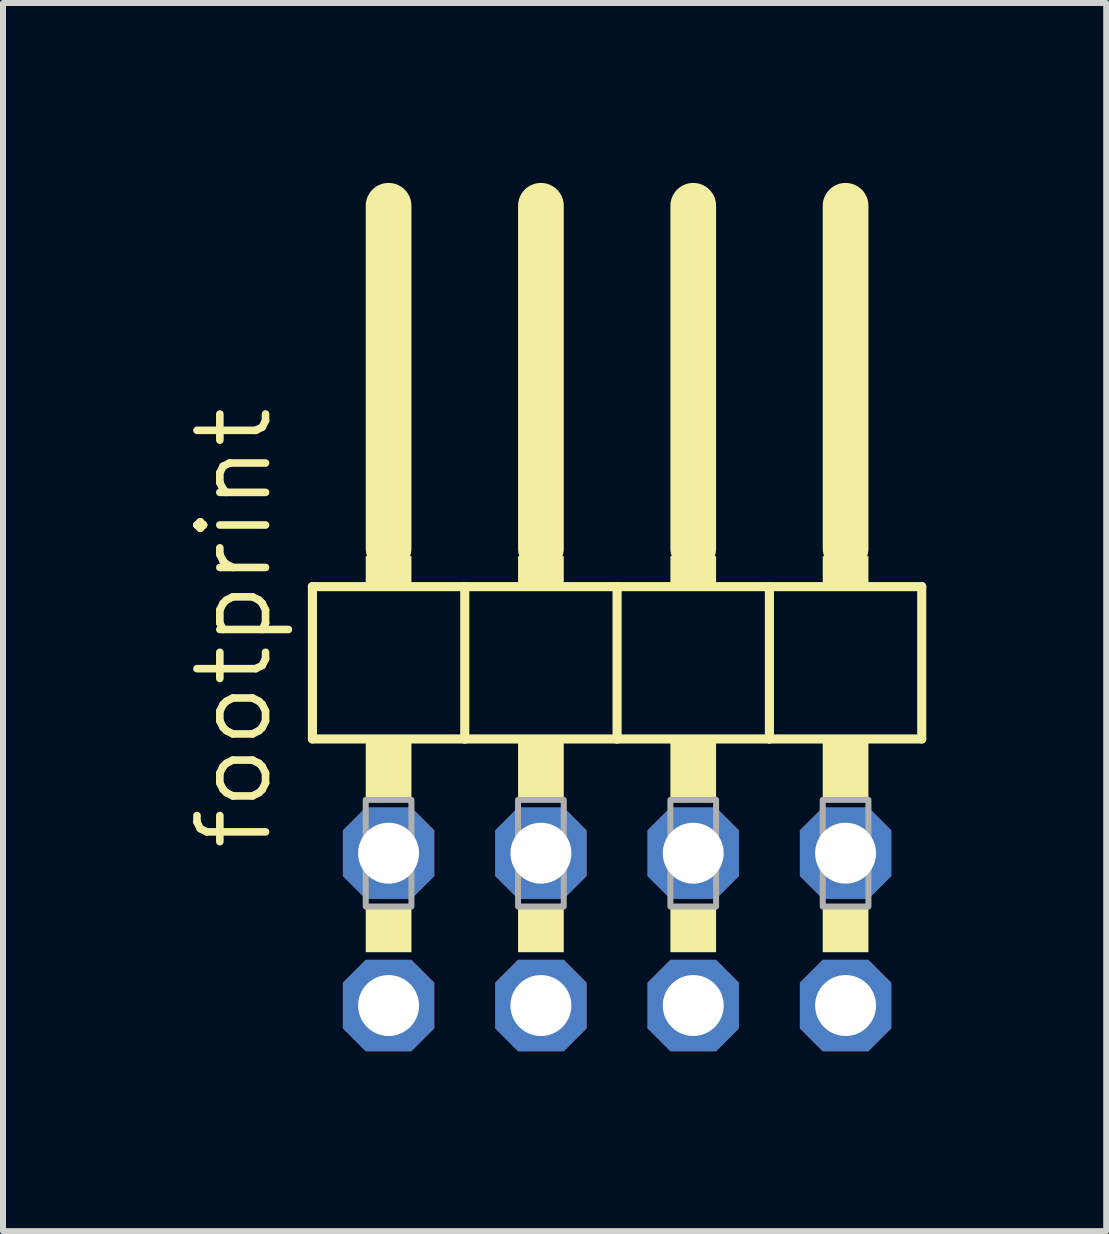
<source format=kicad_pcb>
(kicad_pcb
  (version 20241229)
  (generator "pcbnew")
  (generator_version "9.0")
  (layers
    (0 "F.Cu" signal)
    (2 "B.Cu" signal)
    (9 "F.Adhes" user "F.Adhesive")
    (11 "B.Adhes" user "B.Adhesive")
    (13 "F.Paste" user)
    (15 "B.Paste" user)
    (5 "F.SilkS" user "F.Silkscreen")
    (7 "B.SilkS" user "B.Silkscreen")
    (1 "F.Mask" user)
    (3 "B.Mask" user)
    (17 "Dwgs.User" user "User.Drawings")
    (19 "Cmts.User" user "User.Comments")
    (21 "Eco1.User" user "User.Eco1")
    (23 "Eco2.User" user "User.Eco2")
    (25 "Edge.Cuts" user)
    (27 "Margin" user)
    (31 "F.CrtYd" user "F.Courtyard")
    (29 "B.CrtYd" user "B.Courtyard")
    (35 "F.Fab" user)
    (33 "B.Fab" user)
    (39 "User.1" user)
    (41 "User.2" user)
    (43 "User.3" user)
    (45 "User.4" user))
  (footprint "footprint"
    (layer "F.Cu")
    (at 7.239 7.366)
    (property "Reference" "footprint" (at -5.715 3.81 90) (layer "F.SilkS") (effects (font (size 1.143 1.143) (thickness 0.127)) (justify left bottom)))
    (fp_line (start -5.08 -0.635) (end -5.08 1.905) (stroke (width 0.152) (type solid)) (layer "F.SilkS"))
    (fp_line (start -5.08 1.905) (end -2.54 1.905) (stroke (width 0.152) (type solid)) (layer "F.SilkS"))
    (fp_line (start -3.81 -6.985) (end -3.81 -1.27) (stroke (width 0.762) (type solid)) (layer "F.SilkS"))
    (fp_line (start -2.54 -0.635) (end -5.08 -0.635) (stroke (width 0.152) (type solid)) (layer "F.SilkS"))
    (fp_line (start -2.54 1.905) (end -2.54 -0.635) (stroke (width 0.152) (type solid)) (layer "F.SilkS"))
    (fp_line (start -2.54 1.905) (end 0 1.905) (stroke (width 0.152) (type solid)) (layer "F.SilkS"))
    (fp_line (start -1.27 -6.985) (end -1.27 -1.27) (stroke (width 0.762) (type solid)) (layer "F.SilkS"))
    (fp_line (start 0 -0.635) (end -2.54 -0.635) (stroke (width 0.152) (type solid)) (layer "F.SilkS"))
    (fp_line (start 0 1.905) (end 0 -0.635) (stroke (width 0.152) (type solid)) (layer "F.SilkS"))
    (fp_line (start 0 1.905) (end 2.54 1.905) (stroke (width 0.152) (type solid)) (layer "F.SilkS"))
    (fp_line (start 1.27 -6.985) (end 1.27 -1.27) (stroke (width 0.762) (type solid)) (layer "F.SilkS"))
    (fp_line (start 2.54 -0.635) (end 0 -0.635) (stroke (width 0.152) (type solid)) (layer "F.SilkS"))
    (fp_line (start 2.54 1.905) (end 2.54 -0.635) (stroke (width 0.152) (type solid)) (layer "F.SilkS"))
    (fp_line (start 2.54 1.905) (end 5.08 1.905) (stroke (width 0.152) (type solid)) (layer "F.SilkS"))
    (fp_line (start 3.81 -6.985) (end 3.81 -1.27) (stroke (width 0.762) (type solid)) (layer "F.SilkS"))
    (fp_line (start 5.08 -0.635) (end 2.54 -0.635) (stroke (width 0.152) (type solid)) (layer "F.SilkS"))
    (fp_line (start 5.08 1.905) (end 5.08 -0.635) (stroke (width 0.152) (type solid)) (layer "F.SilkS"))
    (fp_poly (pts (xy -4.191 -0.635) (xy -3.429 -0.635) (xy -3.429 -1.143) (xy -4.191 -1.143)) (stroke (width 0) (type solid)) (fill yes) (layer "F.SilkS"))
    (fp_poly (pts (xy -4.191 2.921) (xy -3.429 2.921) (xy -3.429 1.905) (xy -4.191 1.905)) (stroke (width 0) (type solid)) (fill yes) (layer "F.SilkS"))
    (fp_poly (pts (xy -4.191 5.461) (xy -3.429 5.461) (xy -3.429 4.699) (xy -4.191 4.699)) (stroke (width 0) (type solid)) (fill yes) (layer "F.SilkS"))
    (fp_poly (pts (xy -1.651 -0.635) (xy -0.889 -0.635) (xy -0.889 -1.143) (xy -1.651 -1.143)) (stroke (width 0) (type solid)) (fill yes) (layer "F.SilkS"))
    (fp_poly (pts (xy -1.651 2.921) (xy -0.889 2.921) (xy -0.889 1.905) (xy -1.651 1.905)) (stroke (width 0) (type solid)) (fill yes) (layer "F.SilkS"))
    (fp_poly (pts (xy -1.651 5.461) (xy -0.889 5.461) (xy -0.889 4.699) (xy -1.651 4.699)) (stroke (width 0) (type solid)) (fill yes) (layer "F.SilkS"))
    (fp_poly (pts (xy 0.889 -0.635) (xy 1.651 -0.635) (xy 1.651 -1.143) (xy 0.889 -1.143)) (stroke (width 0) (type solid)) (fill yes) (layer "F.SilkS"))
    (fp_poly (pts (xy 0.889 2.921) (xy 1.651 2.921) (xy 1.651 1.905) (xy 0.889 1.905)) (stroke (width 0) (type solid)) (fill yes) (layer "F.SilkS"))
    (fp_poly (pts (xy 0.889 5.461) (xy 1.651 5.461) (xy 1.651 4.699) (xy 0.889 4.699)) (stroke (width 0) (type solid)) (fill yes) (layer "F.SilkS"))
    (fp_poly (pts (xy 3.429 -0.635) (xy 4.191 -0.635) (xy 4.191 -1.143) (xy 3.429 -1.143)) (stroke (width 0) (type solid)) (fill yes) (layer "F.SilkS"))
    (fp_poly (pts (xy 3.429 2.921) (xy 4.191 2.921) (xy 4.191 1.905) (xy 3.429 1.905)) (stroke (width 0) (type solid)) (fill yes) (layer "F.SilkS"))
    (fp_poly (pts (xy 3.429 5.461) (xy 4.191 5.461) (xy 4.191 4.699) (xy 3.429 4.699)) (stroke (width 0) (type solid)) (fill yes) (layer "F.SilkS"))
    (fp_poly (pts (xy -4.191 4.699) (xy -3.429 4.699) (xy -3.429 2.921) (xy -4.191 2.921)) (stroke (width 0.1) (type solid)) (fill no) (layer "F.Fab"))
    (fp_poly (pts (xy -1.651 4.699) (xy -0.889 4.699) (xy -0.889 2.921) (xy -1.651 2.921)) (stroke (width 0.1) (type solid)) (fill no) (layer "F.Fab"))
    (fp_poly (pts (xy 0.889 4.699) (xy 1.651 4.699) (xy 1.651 2.921) (xy 0.889 2.921)) (stroke (width 0.1) (type solid)) (fill no) (layer "F.Fab"))
    (fp_poly (pts (xy 3.429 4.699) (xy 4.191 4.699) (xy 4.191 2.921) (xy 3.429 2.921)) (stroke (width 0.1) (type solid)) (fill no) (layer "F.Fab"))
    (pad "1" thru_hole roundrect (at -3.81 6.35) (size 1.524 1.524) (drill 1.016) (layers "*.Cu" "*.Mask") (roundrect_rratio 0.25) (chamfer_ratio 0.25) (chamfer top_left top_right bottom_left bottom_right))
    (pad "2" thru_hole roundrect (at -3.81 3.81) (size 1.524 1.524) (drill 1.016) (layers "*.Cu" "*.Mask") (roundrect_rratio 0.25) (chamfer_ratio 0.25) (chamfer top_left top_right bottom_left bottom_right))
    (pad "3" thru_hole roundrect (at -1.27 6.35) (size 1.524 1.524) (drill 1.016) (layers "*.Cu" "*.Mask") (roundrect_rratio 0.25) (chamfer_ratio 0.25) (chamfer top_left top_right bottom_left bottom_right))
    (pad "4" thru_hole roundrect (at -1.27 3.81) (size 1.524 1.524) (drill 1.016) (layers "*.Cu" "*.Mask") (roundrect_rratio 0.25) (chamfer_ratio 0.25) (chamfer top_left top_right bottom_left bottom_right))
    (pad "5" thru_hole roundrect (at 1.27 6.35) (size 1.524 1.524) (drill 1.016) (layers "*.Cu" "*.Mask") (roundrect_rratio 0.25) (chamfer_ratio 0.25) (chamfer top_left top_right bottom_left bottom_right))
    (pad "6" thru_hole roundrect (at 1.27 3.81) (size 1.524 1.524) (drill 1.016) (layers "*.Cu" "*.Mask") (roundrect_rratio 0.25) (chamfer_ratio 0.25) (chamfer top_left top_right bottom_left bottom_right))
    (pad "7" thru_hole roundrect (at 3.81 6.35) (size 1.524 1.524) (drill 1.016) (layers "*.Cu" "*.Mask") (roundrect_rratio 0.25) (chamfer_ratio 0.25) (chamfer top_left top_right bottom_left bottom_right))
    (pad "8" thru_hole roundrect (at 3.81 3.81) (size 1.524 1.524) (drill 1.016) (layers "*.Cu" "*.Mask") (roundrect_rratio 0.25) (chamfer_ratio 0.25) (chamfer top_left top_right bottom_left bottom_right)))
  (gr_rect
    (start -3 -3)
    (end 15.395 17.478)
    (stroke (width 0.1) (type default))
    (fill no)
    (layer "Edge.Cuts")))
</source>
